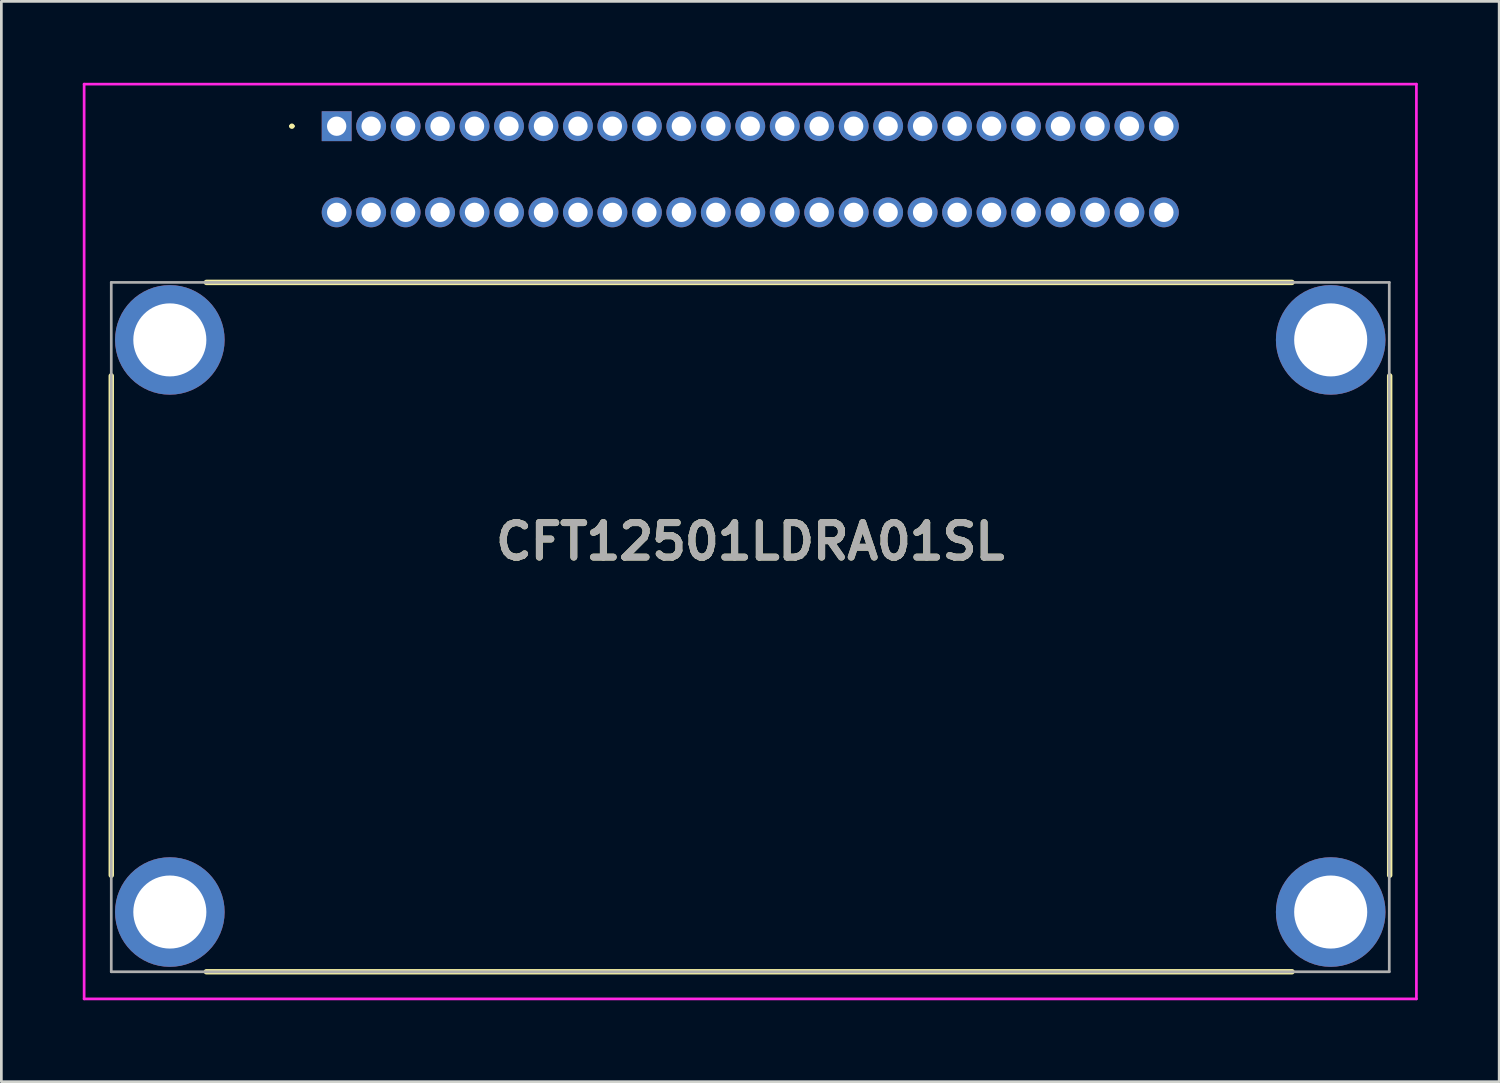
<source format=kicad_pcb>
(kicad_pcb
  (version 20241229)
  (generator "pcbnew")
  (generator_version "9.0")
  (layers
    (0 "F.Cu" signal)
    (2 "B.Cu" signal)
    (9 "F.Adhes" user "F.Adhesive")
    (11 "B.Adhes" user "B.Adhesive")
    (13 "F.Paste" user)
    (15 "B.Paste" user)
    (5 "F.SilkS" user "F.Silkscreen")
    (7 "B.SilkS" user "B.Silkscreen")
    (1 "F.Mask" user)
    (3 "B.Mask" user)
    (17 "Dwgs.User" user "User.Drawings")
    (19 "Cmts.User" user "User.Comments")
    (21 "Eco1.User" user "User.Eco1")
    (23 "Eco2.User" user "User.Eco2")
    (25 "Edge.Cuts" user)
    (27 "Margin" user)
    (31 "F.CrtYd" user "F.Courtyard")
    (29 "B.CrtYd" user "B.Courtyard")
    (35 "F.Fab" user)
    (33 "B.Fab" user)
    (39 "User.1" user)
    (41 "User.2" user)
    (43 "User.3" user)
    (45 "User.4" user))
  (footprint "CFT12501LDRA01SL"
    (layer "F.Cu")
    (at 9.355 1.6)
    (property "Reference" "CFT12501LDRA01SL" (at 15.24 15.303 0) (layer "F.SilkS") (effects (font (size 1.27 1.27) (thickness 0.254))))
    (attr through_hole)
    (fp_line (start -8.305 9.2) (end -8.305 27.6) (stroke (width 0.2) (type solid)) (layer "F.SilkS"))
    (fp_line (start -4.8 5.756) (end 35.2 5.756) (stroke (width 0.2) (type solid)) (layer "F.SilkS"))
    (fp_line (start -4.8 31.156) (end 35.2 31.156) (stroke (width 0.2) (type solid)) (layer "F.SilkS"))
    (fp_line (start -1.7 0) (end -1.7 0) (stroke (width 0.1) (type solid)) (layer "F.SilkS"))
    (fp_line (start -1.6 0) (end -1.6 0) (stroke (width 0.1) (type solid)) (layer "F.SilkS"))
    (fp_line (start 38.8 27.6) (end 38.8 9.2) (stroke (width 0.2) (type solid)) (layer "F.SilkS"))
    (fp_arc (start -1.7 0) (mid -1.65 -0.05) (end -1.6 0) (stroke (width 0.1) (type solid)) (layer "F.SilkS"))
    (fp_arc (start -1.6 0) (mid -1.65 0.05) (end -1.7 0) (stroke (width 0.1) (type solid)) (layer "F.SilkS"))
    (fp_line (start -9.305 -1.55) (end 39.785 -1.55) (stroke (width 0.1) (type solid)) (layer "F.CrtYd"))
    (fp_line (start -9.305 32.156) (end -9.305 -1.55) (stroke (width 0.1) (type solid)) (layer "F.CrtYd"))
    (fp_line (start 39.785 -1.55) (end 39.785 32.156) (stroke (width 0.1) (type solid)) (layer "F.CrtYd"))
    (fp_line (start 39.785 32.156) (end -9.305 32.156) (stroke (width 0.1) (type solid)) (layer "F.CrtYd"))
    (fp_line (start -8.305 5.756) (end 38.785 5.756) (stroke (width 0.1) (type solid)) (layer "F.Fab"))
    (fp_line (start -8.305 31.156) (end -8.305 5.756) (stroke (width 0.1) (type solid)) (layer "F.Fab"))
    (fp_line (start 38.785 5.756) (end 38.785 31.156) (stroke (width 0.1) (type solid)) (layer "F.Fab"))
    (fp_line (start 38.785 31.156) (end -8.305 31.156) (stroke (width 0.1) (type solid)) (layer "F.Fab"))
    (fp_text user "${REFERENCE}" (at 15.24 15.303 0) (layer "F.Fab") (effects (font (size 1.27 1.27) (thickness 0.254))))
    (pad "1" thru_hole rect (at 0 0) (size 1.1 1.1) (drill 0.711) (layers "*.Cu" "*.Mask"))
    (pad "2" thru_hole circle (at 1.27 0) (size 1.1 1.1) (drill 0.711) (layers "*.Cu" "*.Mask"))
    (pad "3" thru_hole circle (at 2.54 0) (size 1.1 1.1) (drill 0.711) (layers "*.Cu" "*.Mask"))
    (pad "4" thru_hole circle (at 3.81 0) (size 1.1 1.1) (drill 0.711) (layers "*.Cu" "*.Mask"))
    (pad "5" thru_hole circle (at 5.08 0) (size 1.1 1.1) (drill 0.711) (layers "*.Cu" "*.Mask"))
    (pad "6" thru_hole circle (at 6.35 0) (size 1.1 1.1) (drill 0.711) (layers "*.Cu" "*.Mask"))
    (pad "7" thru_hole circle (at 7.62 0) (size 1.1 1.1) (drill 0.711) (layers "*.Cu" "*.Mask"))
    (pad "8" thru_hole circle (at 8.89 0) (size 1.1 1.1) (drill 0.711) (layers "*.Cu" "*.Mask"))
    (pad "9" thru_hole circle (at 10.16 0) (size 1.1 1.1) (drill 0.711) (layers "*.Cu" "*.Mask"))
    (pad "10" thru_hole circle (at 11.43 0) (size 1.1 1.1) (drill 0.711) (layers "*.Cu" "*.Mask"))
    (pad "11" thru_hole circle (at 12.7 0) (size 1.1 1.1) (drill 0.711) (layers "*.Cu" "*.Mask"))
    (pad "12" thru_hole circle (at 13.97 0) (size 1.1 1.1) (drill 0.711) (layers "*.Cu" "*.Mask"))
    (pad "13" thru_hole circle (at 15.24 0) (size 1.1 1.1) (drill 0.711) (layers "*.Cu" "*.Mask"))
    (pad "14" thru_hole circle (at 16.51 0) (size 1.1 1.1) (drill 0.711) (layers "*.Cu" "*.Mask"))
    (pad "15" thru_hole circle (at 17.78 0) (size 1.1 1.1) (drill 0.711) (layers "*.Cu" "*.Mask"))
    (pad "16" thru_hole circle (at 19.05 0) (size 1.1 1.1) (drill 0.711) (layers "*.Cu" "*.Mask"))
    (pad "17" thru_hole circle (at 20.32 0) (size 1.1 1.1) (drill 0.711) (layers "*.Cu" "*.Mask"))
    (pad "18" thru_hole circle (at 21.59 0) (size 1.1 1.1) (drill 0.711) (layers "*.Cu" "*.Mask"))
    (pad "19" thru_hole circle (at 22.86 0) (size 1.1 1.1) (drill 0.711) (layers "*.Cu" "*.Mask"))
    (pad "20" thru_hole circle (at 24.13 0) (size 1.1 1.1) (drill 0.711) (layers "*.Cu" "*.Mask"))
    (pad "21" thru_hole circle (at 25.4 0) (size 1.1 1.1) (drill 0.711) (layers "*.Cu" "*.Mask"))
    (pad "22" thru_hole circle (at 26.67 0) (size 1.1 1.1) (drill 0.711) (layers "*.Cu" "*.Mask"))
    (pad "23" thru_hole circle (at 27.94 0) (size 1.1 1.1) (drill 0.711) (layers "*.Cu" "*.Mask"))
    (pad "24" thru_hole circle (at 29.21 0) (size 1.1 1.1) (drill 0.711) (layers "*.Cu" "*.Mask"))
    (pad "25" thru_hole circle (at 30.48 0) (size 1.1 1.1) (drill 0.711) (layers "*.Cu" "*.Mask"))
    (pad "26" thru_hole circle (at 0 3.175) (size 1.1 1.1) (drill 0.711) (layers "*.Cu" "*.Mask"))
    (pad "27" thru_hole circle (at 1.27 3.175) (size 1.1 1.1) (drill 0.711) (layers "*.Cu" "*.Mask"))
    (pad "28" thru_hole circle (at 2.54 3.175) (size 1.1 1.1) (drill 0.711) (layers "*.Cu" "*.Mask"))
    (pad "29" thru_hole circle (at 3.81 3.175) (size 1.1 1.1) (drill 0.711) (layers "*.Cu" "*.Mask"))
    (pad "30" thru_hole circle (at 5.08 3.175) (size 1.1 1.1) (drill 0.711) (layers "*.Cu" "*.Mask"))
    (pad "31" thru_hole circle (at 6.35 3.175) (size 1.1 1.1) (drill 0.711) (layers "*.Cu" "*.Mask"))
    (pad "32" thru_hole circle (at 7.62 3.175) (size 1.1 1.1) (drill 0.711) (layers "*.Cu" "*.Mask"))
    (pad "33" thru_hole circle (at 8.89 3.175) (size 1.1 1.1) (drill 0.711) (layers "*.Cu" "*.Mask"))
    (pad "34" thru_hole circle (at 10.16 3.175) (size 1.1 1.1) (drill 0.711) (layers "*.Cu" "*.Mask"))
    (pad "35" thru_hole circle (at 11.43 3.175) (size 1.1 1.1) (drill 0.711) (layers "*.Cu" "*.Mask"))
    (pad "36" thru_hole circle (at 12.7 3.175) (size 1.1 1.1) (drill 0.711) (layers "*.Cu" "*.Mask"))
    (pad "37" thru_hole circle (at 13.97 3.175) (size 1.1 1.1) (drill 0.711) (layers "*.Cu" "*.Mask"))
    (pad "38" thru_hole circle (at 15.24 3.175) (size 1.1 1.1) (drill 0.711) (layers "*.Cu" "*.Mask"))
    (pad "39" thru_hole circle (at 16.51 3.175) (size 1.1 1.1) (drill 0.711) (layers "*.Cu" "*.Mask"))
    (pad "40" thru_hole circle (at 17.78 3.175) (size 1.1 1.1) (drill 0.711) (layers "*.Cu" "*.Mask"))
    (pad "41" thru_hole circle (at 19.05 3.175) (size 1.1 1.1) (drill 0.711) (layers "*.Cu" "*.Mask"))
    (pad "42" thru_hole circle (at 20.32 3.175) (size 1.1 1.1) (drill 0.711) (layers "*.Cu" "*.Mask"))
    (pad "43" thru_hole circle (at 21.59 3.175) (size 1.1 1.1) (drill 0.711) (layers "*.Cu" "*.Mask"))
    (pad "44" thru_hole circle (at 22.86 3.175) (size 1.1 1.1) (drill 0.711) (layers "*.Cu" "*.Mask"))
    (pad "45" thru_hole circle (at 24.13 3.175) (size 1.1 1.1) (drill 0.711) (layers "*.Cu" "*.Mask"))
    (pad "46" thru_hole circle (at 25.4 3.175) (size 1.1 1.1) (drill 0.711) (layers "*.Cu" "*.Mask"))
    (pad "47" thru_hole circle (at 26.67 3.175) (size 1.1 1.1) (drill 0.711) (layers "*.Cu" "*.Mask"))
    (pad "48" thru_hole circle (at 27.94 3.175) (size 1.1 1.1) (drill 0.711) (layers "*.Cu" "*.Mask"))
    (pad "49" thru_hole circle (at 29.21 3.175) (size 1.1 1.1) (drill 0.711) (layers "*.Cu" "*.Mask"))
    (pad "50" thru_hole circle (at 30.48 3.175) (size 1.1 1.1) (drill 0.711) (layers "*.Cu" "*.Mask"))
    (pad "MH1" thru_hole circle (at -6.147 7.874) (size 4.038 4.038) (drill 2.692) (layers "*.Cu" "*.Mask"))
    (pad "MH2" thru_hole circle (at 36.627 7.874) (size 4.038 4.038) (drill 2.692) (layers "*.Cu" "*.Mask"))
    (pad "MH3" thru_hole circle (at -6.147 28.956) (size 4.038 4.038) (drill 2.692) (layers "*.Cu" "*.Mask"))
    (pad "MH4" thru_hole circle (at 36.627 28.956) (size 4.038 4.038) (drill 2.692) (layers "*.Cu" "*.Mask")))
  (gr_rect
    (start -3 -3)
    (end 52.19 36.806)
    (stroke (width 0.1) (type default))
    (fill no)
    (layer "Edge.Cuts")))
</source>
